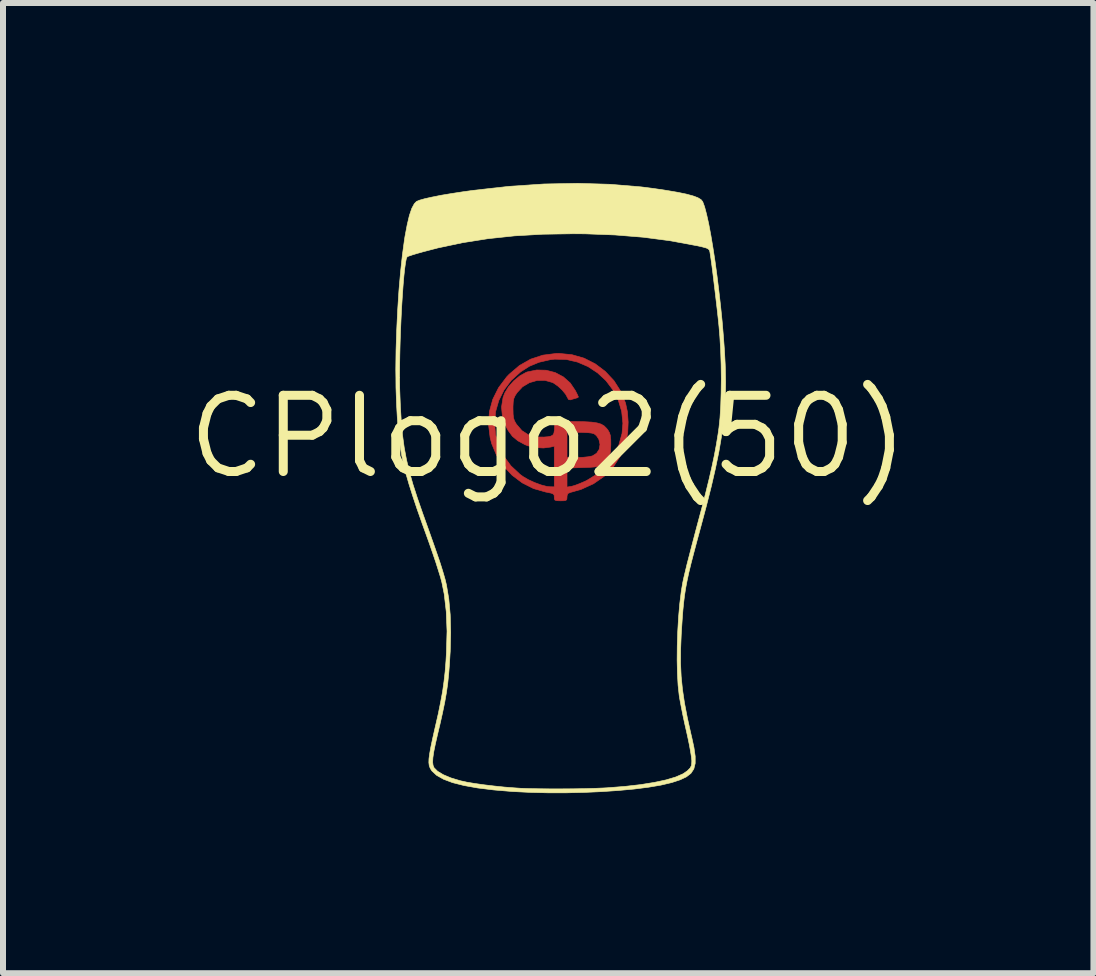
<source format=kicad_pcb>
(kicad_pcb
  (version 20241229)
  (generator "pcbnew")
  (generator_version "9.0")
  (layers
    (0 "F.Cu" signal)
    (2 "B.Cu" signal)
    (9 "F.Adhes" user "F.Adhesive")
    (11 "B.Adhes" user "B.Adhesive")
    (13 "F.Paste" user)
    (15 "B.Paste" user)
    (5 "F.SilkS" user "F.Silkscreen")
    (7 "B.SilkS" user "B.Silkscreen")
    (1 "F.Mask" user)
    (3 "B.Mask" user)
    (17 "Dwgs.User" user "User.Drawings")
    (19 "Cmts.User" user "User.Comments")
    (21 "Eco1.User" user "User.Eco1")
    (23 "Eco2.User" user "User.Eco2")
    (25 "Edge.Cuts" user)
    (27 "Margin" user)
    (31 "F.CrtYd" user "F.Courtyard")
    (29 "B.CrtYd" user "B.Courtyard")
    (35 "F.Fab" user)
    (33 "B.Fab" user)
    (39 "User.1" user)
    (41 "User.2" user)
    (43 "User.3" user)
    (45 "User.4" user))
  (footprint "CPlogo2(50)"
    (layer "F.Cu")
    (at 6.085 4.227)
    (property "Reference" "CPlogo2(50)" (at 0 0 0) (layer "F.SilkS") (effects (font (size 1.27 1.27) (thickness 0.15))))
    (attr through_hole)
    (fp_poly (pts (xy 0.395 -1.367) (xy 0.597 -1.309) (xy 0.784 -1.214) (xy 0.951 -1.088) (xy 1.095 -0.934) (xy 1.21 -0.754) (xy 1.288 -0.562) (xy 1.32 -0.413) (xy 1.332 -0.244) (xy 1.325 -0.073) (xy 1.297 0.083) (xy 1.288 0.115) (xy 1.201 0.324) (xy 1.083 0.506) (xy 0.933 0.66) (xy 0.754 0.784) (xy 0.547 0.878) (xy 0.371 0.928) (xy 0.328 0.946) (xy 0.314 0.983) (xy 0.313 1.004) (xy 0.31 1.042) (xy 0.296 1.06) (xy 0.259 1.067) (xy 0.207 1.068) (xy 0.144 1.066) (xy 0.113 1.057) (xy 0.102 1.036) (xy 0.101 1.008) (xy 0.099 0.976) (xy 0.085 0.955) (xy 0.051 0.941) (xy -0.013 0.927) (xy -0.042 0.922) (xy -0.245 0.864) (xy -0.433 0.769) (xy -0.601 0.643) (xy -0.745 0.489) (xy -0.86 0.311) (xy -0.942 0.116) (xy -0.968 0.015) (xy -0.995 -0.205) (xy -0.993 -0.228) (xy -0.894 -0.228) (xy -0.878 -0.038) (xy -0.827 0.148) (xy -0.741 0.323) (xy -0.622 0.485) (xy -0.469 0.628) (xy -0.415 0.667) (xy -0.329 0.717) (xy -0.226 0.764) (xy -0.12 0.803) (xy -0.024 0.828) (xy 0.032 0.834) (xy 0.101 0.835) (xy 0.101 0.348) (xy 0.313 0.348) (xy 0.487 0.347) (xy 0.58 0.343) (xy 0.666 0.334) (xy 0.728 0.322) (xy 0.736 0.32) (xy 0.806 0.276) (xy 0.85 0.209) (xy 0.863 0.128) (xy 0.845 0.047) (xy 0.812 -0.006) (xy 0.787 -0.032) (xy 0.761 -0.05) (xy 0.724 -0.06) (xy 0.667 -0.067) (xy 0.58 -0.071) (xy 0.537 -0.072) (xy 0.313 -0.079) (xy 0.313 0.348) (xy 0.101 0.348) (xy 0.101 0.157) (xy 0.043 0.172) (xy -0.079 0.188) (xy -0.215 0.18) (xy -0.343 0.15) (xy -0.386 0.133) (xy -0.506 0.068) (xy -0.597 -0.007) (xy -0.668 -0.104) (xy -0.707 -0.176) (xy -0.763 -0.333) (xy -0.778 -0.494) (xy -0.753 -0.652) (xy -0.725 -0.727) (xy -0.664 -0.829) (xy -0.577 -0.928) (xy -0.475 -1.013) (xy -0.371 -1.071) (xy -0.351 -1.079) (xy -0.192 -1.112) (xy -0.035 -1.108) (xy 0.116 -1.069) (xy 0.252 -0.997) (xy 0.367 -0.895) (xy 0.452 -0.769) (xy 0.481 -0.712) (xy 0.499 -0.672) (xy 0.503 -0.661) (xy 0.486 -0.649) (xy 0.452 -0.639) (xy 0.399 -0.624) (xy 0.37 -0.614) (xy 0.338 -0.62) (xy 0.323 -0.648) (xy 0.29 -0.708) (xy 0.233 -0.777) (xy 0.162 -0.843) (xy 0.091 -0.893) (xy 0.069 -0.904) (xy -0.056 -0.939) (xy -0.187 -0.937) (xy -0.314 -0.9) (xy -0.428 -0.832) (xy -0.518 -0.735) (xy -0.553 -0.682) (xy -0.573 -0.636) (xy -0.583 -0.582) (xy -0.587 -0.507) (xy -0.587 -0.466) (xy -0.585 -0.375) (xy -0.578 -0.312) (xy -0.562 -0.264) (xy -0.534 -0.215) (xy -0.528 -0.206) (xy -0.438 -0.101) (xy -0.33 -0.032) (xy -0.198 0.001) (xy -0.155 0.005) (xy -0.073 0.006) (xy 0 0) (xy 0.042 -0.009) (xy 0.076 -0.027) (xy 0.094 -0.056) (xy 0.103 -0.108) (xy 0.105 -0.143) (xy 0.112 -0.255) (xy 0.452 -0.253) (xy 0.606 -0.25) (xy 0.725 -0.243) (xy 0.814 -0.23) (xy 0.881 -0.21) (xy 0.932 -0.18) (xy 0.974 -0.138) (xy 0.996 -0.11) (xy 1.02 -0.068) (xy 1.035 -0.021) (xy 1.042 0.045) (xy 1.043 0.129) (xy 1.038 0.239) (xy 1.021 0.32) (xy 0.985 0.383) (xy 0.926 0.441) (xy 0.897 0.463) (xy 0.867 0.482) (xy 0.828 0.495) (xy 0.774 0.504) (xy 0.695 0.51) (xy 0.582 0.514) (xy 0.576 0.514) (xy 0.313 0.522) (xy 0.313 0.839) (xy 0.392 0.826) (xy 0.448 0.81) (xy 0.527 0.78) (xy 0.615 0.742) (xy 0.643 0.728) (xy 0.817 0.621) (xy 0.967 0.484) (xy 1.087 0.321) (xy 1.176 0.14) (xy 1.23 -0.054) (xy 1.244 -0.224) (xy 1.224 -0.421) (xy 1.168 -0.608) (xy 1.079 -0.779) (xy 0.963 -0.933) (xy 0.822 -1.064) (xy 0.662 -1.169) (xy 0.487 -1.244) (xy 0.301 -1.287) (xy 0.108 -1.292) (xy 0.03 -1.283) (xy -0.155 -1.24) (xy -0.316 -1.173) (xy -0.459 -1.081) (xy -0.616 -0.939) (xy -0.737 -0.778) (xy -0.824 -0.602) (xy -0.877 -0.417) (xy -0.894 -0.228) (xy -0.993 -0.228) (xy -0.98 -0.419) (xy -0.924 -0.623) (xy -0.828 -0.816) (xy -0.693 -0.996) (xy -0.65 -1.041) (xy -0.48 -1.186) (xy -0.294 -1.292) (xy -0.091 -1.359) (xy 0.129 -1.387) (xy 0.182 -1.388) (xy 0.395 -1.367)) (stroke (width 0.01) (type solid)) (fill yes) (layer "F.Cu"))
    (fp_poly (pts (xy 0.395 -1.367) (xy 0.597 -1.309) (xy 0.784 -1.214) (xy 0.951 -1.088) (xy 1.095 -0.934) (xy 1.21 -0.754) (xy 1.288 -0.562) (xy 1.32 -0.413) (xy 1.332 -0.244) (xy 1.325 -0.073) (xy 1.297 0.083) (xy 1.288 0.115) (xy 1.201 0.324) (xy 1.083 0.506) (xy 0.933 0.66) (xy 0.754 0.784) (xy 0.547 0.878) (xy 0.371 0.928) (xy 0.328 0.946) (xy 0.314 0.983) (xy 0.313 1.004) (xy 0.31 1.042) (xy 0.296 1.06) (xy 0.259 1.067) (xy 0.207 1.068) (xy 0.144 1.066) (xy 0.113 1.057) (xy 0.102 1.036) (xy 0.101 1.008) (xy 0.099 0.976) (xy 0.085 0.955) (xy 0.051 0.941) (xy -0.013 0.927) (xy -0.042 0.922) (xy -0.245 0.864) (xy -0.433 0.769) (xy -0.601 0.643) (xy -0.745 0.489) (xy -0.86 0.311) (xy -0.942 0.116) (xy -0.968 0.015) (xy -0.995 -0.205) (xy -0.993 -0.228) (xy -0.894 -0.228) (xy -0.878 -0.038) (xy -0.827 0.148) (xy -0.741 0.323) (xy -0.622 0.485) (xy -0.469 0.628) (xy -0.415 0.667) (xy -0.329 0.717) (xy -0.226 0.764) (xy -0.12 0.803) (xy -0.024 0.828) (xy 0.032 0.834) (xy 0.101 0.835) (xy 0.101 0.348) (xy 0.313 0.348) (xy 0.487 0.347) (xy 0.58 0.343) (xy 0.666 0.334) (xy 0.728 0.322) (xy 0.736 0.32) (xy 0.806 0.276) (xy 0.85 0.209) (xy 0.863 0.128) (xy 0.845 0.047) (xy 0.812 -0.006) (xy 0.787 -0.032) (xy 0.761 -0.05) (xy 0.724 -0.06) (xy 0.667 -0.067) (xy 0.58 -0.071) (xy 0.537 -0.072) (xy 0.313 -0.079) (xy 0.313 0.348) (xy 0.101 0.348) (xy 0.101 0.157) (xy 0.043 0.172) (xy -0.079 0.188) (xy -0.215 0.18) (xy -0.343 0.15) (xy -0.386 0.133) (xy -0.506 0.068) (xy -0.597 -0.007) (xy -0.668 -0.104) (xy -0.707 -0.176) (xy -0.763 -0.333) (xy -0.778 -0.494) (xy -0.753 -0.652) (xy -0.725 -0.727) (xy -0.664 -0.829) (xy -0.577 -0.928) (xy -0.475 -1.013) (xy -0.371 -1.071) (xy -0.351 -1.079) (xy -0.192 -1.112) (xy -0.035 -1.108) (xy 0.116 -1.069) (xy 0.252 -0.997) (xy 0.367 -0.895) (xy 0.452 -0.769) (xy 0.481 -0.712) (xy 0.499 -0.672) (xy 0.503 -0.661) (xy 0.486 -0.649) (xy 0.452 -0.639) (xy 0.399 -0.624) (xy 0.37 -0.614) (xy 0.338 -0.62) (xy 0.323 -0.648) (xy 0.29 -0.708) (xy 0.233 -0.777) (xy 0.162 -0.843) (xy 0.091 -0.893) (xy 0.069 -0.904) (xy -0.056 -0.939) (xy -0.187 -0.937) (xy -0.314 -0.9) (xy -0.428 -0.832) (xy -0.518 -0.735) (xy -0.553 -0.682) (xy -0.573 -0.636) (xy -0.583 -0.582) (xy -0.587 -0.507) (xy -0.587 -0.466) (xy -0.585 -0.375) (xy -0.578 -0.312) (xy -0.562 -0.264) (xy -0.534 -0.215) (xy -0.528 -0.206) (xy -0.438 -0.101) (xy -0.33 -0.032) (xy -0.198 0.001) (xy -0.155 0.005) (xy -0.073 0.006) (xy 0 0) (xy 0.042 -0.009) (xy 0.076 -0.027) (xy 0.094 -0.056) (xy 0.103 -0.108) (xy 0.105 -0.143) (xy 0.112 -0.255) (xy 0.452 -0.253) (xy 0.606 -0.25) (xy 0.725 -0.243) (xy 0.814 -0.23) (xy 0.881 -0.21) (xy 0.932 -0.18) (xy 0.974 -0.138) (xy 0.996 -0.11) (xy 1.02 -0.068) (xy 1.035 -0.021) (xy 1.042 0.045) (xy 1.043 0.129) (xy 1.038 0.239) (xy 1.021 0.32) (xy 0.985 0.383) (xy 0.926 0.441) (xy 0.897 0.463) (xy 0.867 0.482) (xy 0.828 0.495) (xy 0.774 0.504) (xy 0.695 0.51) (xy 0.582 0.514) (xy 0.576 0.514) (xy 0.313 0.522) (xy 0.313 0.839) (xy 0.392 0.826) (xy 0.448 0.81) (xy 0.527 0.78) (xy 0.615 0.742) (xy 0.643 0.728) (xy 0.817 0.621) (xy 0.967 0.484) (xy 1.087 0.321) (xy 1.176 0.14) (xy 1.23 -0.054) (xy 1.244 -0.224) (xy 1.224 -0.421) (xy 1.168 -0.608) (xy 1.079 -0.779) (xy 0.963 -0.933) (xy 0.822 -1.064) (xy 0.662 -1.169) (xy 0.487 -1.244) (xy 0.301 -1.287) (xy 0.108 -1.292) (xy 0.03 -1.283) (xy -0.155 -1.24) (xy -0.316 -1.173) (xy -0.459 -1.081) (xy -0.616 -0.939) (xy -0.737 -0.778) (xy -0.824 -0.602) (xy -0.877 -0.417) (xy -0.894 -0.228) (xy -0.993 -0.228) (xy -0.98 -0.419) (xy -0.924 -0.623) (xy -0.828 -0.816) (xy -0.693 -0.996) (xy -0.65 -1.041) (xy -0.48 -1.186) (xy -0.294 -1.292) (xy -0.091 -1.359) (xy 0.129 -1.387) (xy 0.182 -1.388) (xy 0.395 -1.367)) (stroke (width 0.01) (type solid)) (fill yes) (layer "F.Mask"))
    (fp_poly (pts (xy 1.032 -4.206) (xy 1.547 -4.163) (xy 1.752 -4.137) (xy 1.973 -4.104) (xy 2.155 -4.073) (xy 2.301 -4.043) (xy 2.412 -4.013) (xy 2.493 -3.983) (xy 2.546 -3.951) (xy 2.574 -3.917) (xy 2.574 -3.917) (xy 2.606 -3.83) (xy 2.639 -3.705) (xy 2.674 -3.548) (xy 2.709 -3.363) (xy 2.744 -3.154) (xy 2.779 -2.927) (xy 2.812 -2.685) (xy 2.843 -2.435) (xy 2.872 -2.179) (xy 2.898 -1.924) (xy 2.919 -1.674) (xy 2.937 -1.433) (xy 2.949 -1.206) (xy 2.951 -1.144) (xy 2.956 -0.913) (xy 2.953 -0.688) (xy 2.94 -0.464) (xy 2.919 -0.235) (xy 2.886 0.002) (xy 2.843 0.254) (xy 2.787 0.526) (xy 2.719 0.822) (xy 2.637 1.147) (xy 2.544 1.495) (xy 2.48 1.731) (xy 2.426 1.934) (xy 2.381 2.107) (xy 2.344 2.259) (xy 2.315 2.394) (xy 2.291 2.519) (xy 2.272 2.64) (xy 2.257 2.763) (xy 2.244 2.894) (xy 2.233 3.04) (xy 2.222 3.207) (xy 2.216 3.306) (xy 2.206 3.549) (xy 2.205 3.775) (xy 2.215 3.992) (xy 2.237 4.211) (xy 2.271 4.44) (xy 2.319 4.688) (xy 2.381 4.966) (xy 2.389 4.998) (xy 2.428 5.178) (xy 2.449 5.325) (xy 2.449 5.443) (xy 2.426 5.536) (xy 2.378 5.609) (xy 2.302 5.668) (xy 2.198 5.717) (xy 2.061 5.762) (xy 2.045 5.766) (xy 1.875 5.806) (xy 1.668 5.841) (xy 1.431 5.871) (xy 1.17 5.895) (xy 0.89 5.914) (xy 0.598 5.927) (xy 0.299 5.934) (xy 0.000071 5.934) (xy -0.294 5.927) (xy -0.576 5.913) (xy -0.597 5.912) (xy -0.907 5.886) (xy -1.175 5.853) (xy -1.404 5.812) (xy -1.594 5.764) (xy -1.745 5.707) (xy -1.86 5.642) (xy -1.938 5.569) (xy -1.948 5.555) (xy -1.969 5.519) (xy -1.983 5.479) (xy -1.989 5.43) (xy -1.987 5.366) (xy -1.976 5.283) (xy -1.957 5.176) (xy -1.928 5.038) (xy -1.889 4.865) (xy -1.882 4.835) (xy -1.831 4.612) (xy -1.792 4.418) (xy -1.76 4.245) (xy -1.737 4.08) (xy -1.718 3.915) (xy -1.704 3.738) (xy -1.696 3.597) (xy -1.686 3.241) (xy -1.699 2.915) (xy -1.733 2.622) (xy -1.772 2.429) (xy -1.794 2.345) (xy -1.829 2.232) (xy -1.872 2.096) (xy -1.922 1.948) (xy -1.975 1.795) (xy -2.002 1.719) (xy -2.101 1.444) (xy -2.186 1.203) (xy -2.257 0.99) (xy -2.317 0.801) (xy -2.367 0.629) (xy -2.407 0.47) (xy -2.44 0.318) (xy -2.465 0.169) (xy -2.486 0.015) (xy -2.502 -0.148) (xy -2.515 -0.324) (xy -2.526 -0.521) (xy -2.527 -0.544) (xy -2.537 -0.818) (xy -2.538 -0.982) (xy -2.477 -0.982) (xy -2.475 -0.817) (xy -2.474 -0.773) (xy -2.463 -0.495) (xy -2.448 -0.25) (xy -2.428 -0.029) (xy -2.4 0.178) (xy -2.363 0.377) (xy -2.315 0.579) (xy -2.255 0.791) (xy -2.18 1.023) (xy -2.09 1.282) (xy -2.068 1.343) (xy -1.985 1.575) (xy -1.915 1.773) (xy -1.857 1.939) (xy -1.809 2.078) (xy -1.772 2.195) (xy -1.742 2.294) (xy -1.718 2.378) (xy -1.7 2.453) (xy -1.695 2.474) (xy -1.657 2.703) (xy -1.633 2.967) (xy -1.625 3.262) (xy -1.633 3.581) (xy -1.635 3.606) (xy -1.646 3.794) (xy -1.659 3.96) (xy -1.675 4.115) (xy -1.697 4.268) (xy -1.725 4.427) (xy -1.761 4.601) (xy -1.806 4.801) (xy -1.845 4.964) (xy -1.882 5.126) (xy -1.908 5.253) (xy -1.922 5.35) (xy -1.926 5.423) (xy -1.919 5.476) (xy -1.903 5.515) (xy -1.901 5.517) (xy -1.843 5.575) (xy -1.748 5.632) (xy -1.622 5.685) (xy -1.47 5.731) (xy -1.458 5.734) (xy -1.358 5.756) (xy -1.226 5.778) (xy -1.07 5.8) (xy -0.902 5.82) (xy -0.73 5.838) (xy -0.564 5.851) (xy -0.46 5.858) (xy -0.327 5.863) (xy -0.163 5.866) (xy 0.023 5.868) (xy 0.22 5.868) (xy 0.418 5.867) (xy 0.608 5.864) (xy 0.78 5.859) (xy 0.925 5.853) (xy 0.98 5.85) (xy 1.275 5.827) (xy 1.539 5.797) (xy 1.769 5.76) (xy 1.965 5.718) (xy 2.125 5.67) (xy 2.246 5.617) (xy 2.319 5.567) (xy 2.365 5.52) (xy 2.387 5.478) (xy 2.392 5.421) (xy 2.392 5.391) (xy 2.386 5.335) (xy 2.372 5.247) (xy 2.352 5.137) (xy 2.326 5.012) (xy 2.303 4.908) (xy 2.271 4.767) (xy 2.24 4.621) (xy 2.213 4.483) (xy 2.191 4.365) (xy 2.182 4.308) (xy 2.164 4.143) (xy 2.153 3.945) (xy 2.148 3.724) (xy 2.15 3.488) (xy 2.158 3.246) (xy 2.172 3.007) (xy 2.192 2.78) (xy 2.217 2.575) (xy 2.241 2.433) (xy 2.256 2.362) (xy 2.281 2.257) (xy 2.313 2.123) (xy 2.353 1.969) (xy 2.397 1.799) (xy 2.444 1.62) (xy 2.481 1.48) (xy 2.559 1.189) (xy 2.625 0.932) (xy 2.681 0.704) (xy 2.728 0.499) (xy 2.768 0.311) (xy 2.801 0.133) (xy 2.829 -0.038) (xy 2.845 -0.15) (xy 2.862 -0.312) (xy 2.874 -0.508) (xy 2.881 -0.727) (xy 2.884 -0.962) (xy 2.881 -1.202) (xy 2.873 -1.439) (xy 2.86 -1.664) (xy 2.846 -1.832) (xy 2.833 -1.959) (xy 2.817 -2.104) (xy 2.799 -2.259) (xy 2.78 -2.42) (xy 2.761 -2.577) (xy 2.743 -2.726) (xy 2.726 -2.858) (xy 2.711 -2.967) (xy 2.699 -3.047) (xy 2.693 -3.084) (xy 2.685 -3.109) (xy 2.667 -3.128) (xy 2.633 -3.145) (xy 2.574 -3.161) (xy 2.483 -3.182) (xy 2.465 -3.185) (xy 2.034 -3.265) (xy 1.585 -3.324) (xy 1.113 -3.362) (xy 0.612 -3.381) (xy 0.408 -3.382) (xy -0.092 -3.374) (xy -0.56 -3.347) (xy -1.003 -3.3) (xy -1.427 -3.233) (xy -1.838 -3.146) (xy -2.087 -3.081) (xy -2.183 -3.054) (xy -2.266 -3.029) (xy -2.325 -3.009) (xy -2.35 -2.999) (xy -2.364 -2.97) (xy -2.377 -2.904) (xy -2.391 -2.805) (xy -2.405 -2.676) (xy -2.418 -2.524) (xy -2.43 -2.352) (xy -2.442 -2.165) (xy -2.452 -1.967) (xy -2.461 -1.764) (xy -2.468 -1.559) (xy -2.473 -1.357) (xy -2.476 -1.163) (xy -2.477 -0.982) (xy -2.538 -0.982) (xy -2.54 -1.12) (xy -2.536 -1.44) (xy -2.525 -1.771) (xy -2.509 -2.104) (xy -2.488 -2.43) (xy -2.461 -2.741) (xy -2.43 -3.029) (xy -2.395 -3.285) (xy -2.387 -3.336) (xy -2.35 -3.532) (xy -2.313 -3.688) (xy -2.273 -3.805) (xy -2.231 -3.883) (xy -2.195 -3.92) (xy -2.145 -3.941) (xy -2.057 -3.966) (xy -1.936 -3.993) (xy -1.786 -4.023) (xy -1.612 -4.052) (xy -1.417 -4.082) (xy -1.243 -4.106) (xy -0.65 -4.172) (xy -0.071 -4.211) (xy 0.492 -4.222) (xy 1.032 -4.206)) (stroke (width 0.01) (type solid)) (fill yes) (layer "F.SilkS")))
  (gr_rect
    (start -3 -3)
    (end 15.17 13.166)
    (stroke (width 0.1) (type default))
    (fill no)
    (layer "Edge.Cuts")))
</source>
